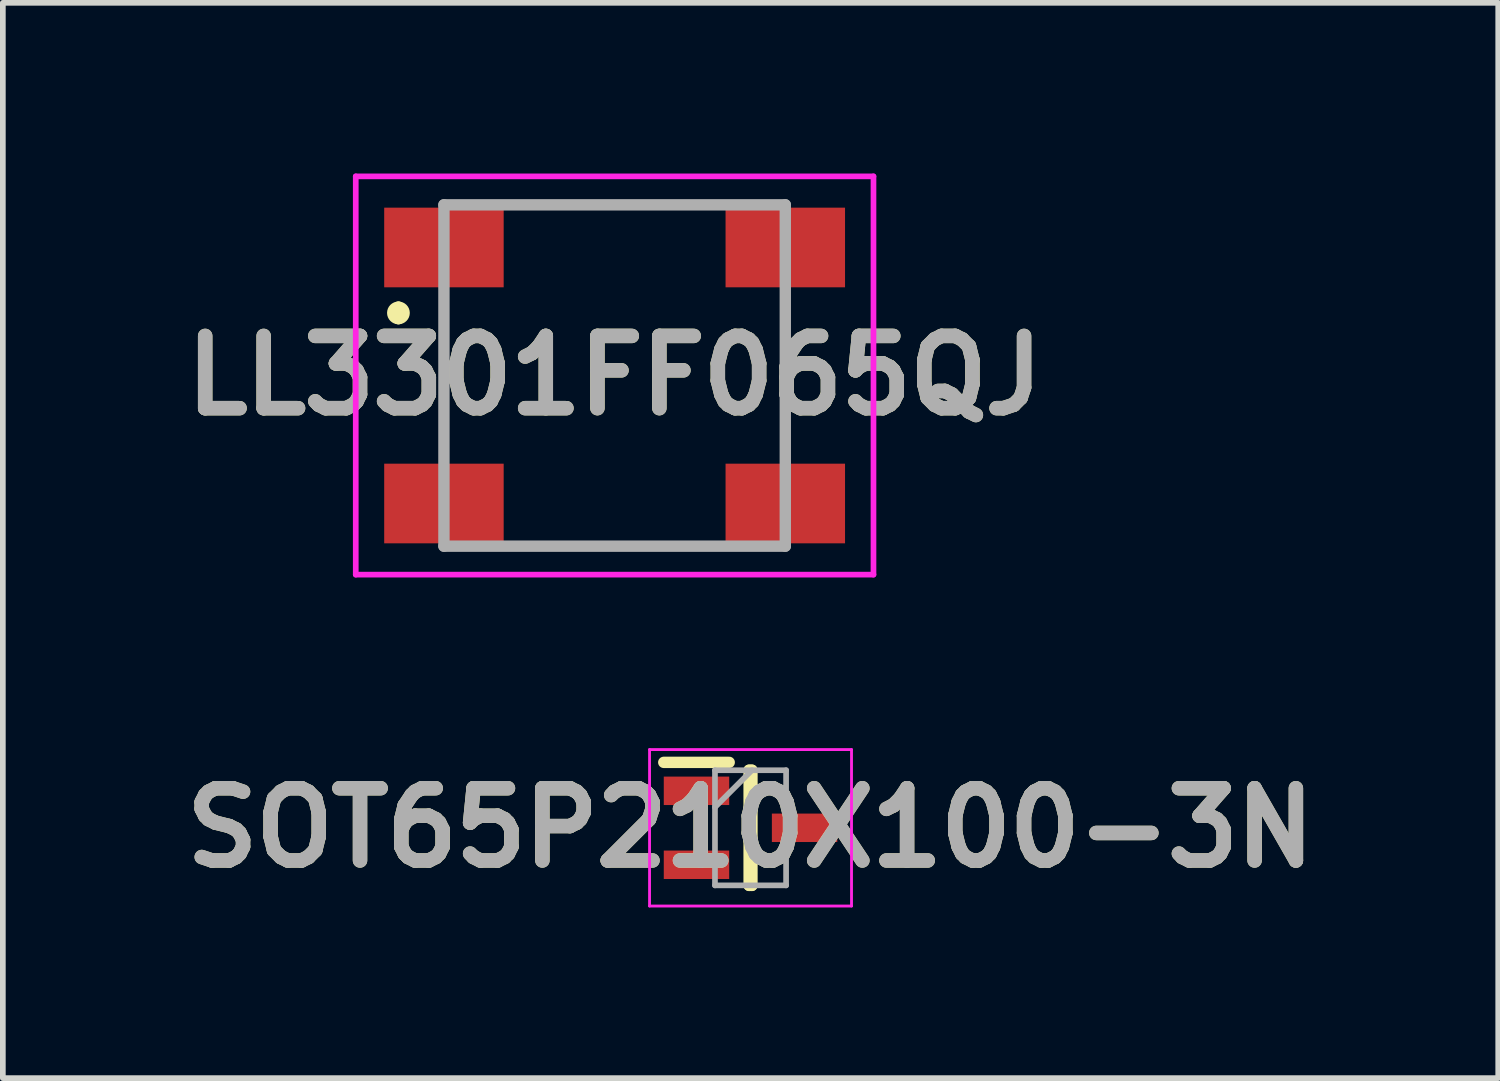
<source format=kicad_pcb>
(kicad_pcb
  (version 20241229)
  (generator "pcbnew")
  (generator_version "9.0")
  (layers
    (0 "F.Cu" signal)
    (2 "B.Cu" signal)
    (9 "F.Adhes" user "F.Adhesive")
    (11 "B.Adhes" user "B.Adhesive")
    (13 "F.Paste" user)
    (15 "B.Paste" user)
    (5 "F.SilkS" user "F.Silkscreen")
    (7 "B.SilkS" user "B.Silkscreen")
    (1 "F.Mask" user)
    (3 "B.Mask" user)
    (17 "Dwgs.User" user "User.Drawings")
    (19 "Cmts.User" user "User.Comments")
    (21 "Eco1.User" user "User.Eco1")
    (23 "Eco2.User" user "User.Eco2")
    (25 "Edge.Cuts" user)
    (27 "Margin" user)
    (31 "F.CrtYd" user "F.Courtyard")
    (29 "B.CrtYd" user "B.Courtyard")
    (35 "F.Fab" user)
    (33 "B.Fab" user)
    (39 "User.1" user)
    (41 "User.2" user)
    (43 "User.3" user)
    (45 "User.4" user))
  (footprint "SOT65P210X100-3N"
    (layer "F.Cu")
    (at 10.142 11.5)
    (property "Reference" "SOT65P210X100-3N" (at 0 0 0) (layer "F.SilkS") (effects (font (size 1.27 1.27) (thickness 0.254))))
    (attr smd)
    (fp_line (start -1.525 -1.15) (end -0.375 -1.15) (stroke (width 0.2) (type solid)) (layer "F.SilkS"))
    (fp_line (start -0.025 -1.012) (end 0.025 -1.012) (stroke (width 0.2) (type solid)) (layer "F.SilkS"))
    (fp_line (start -0.025 1.012) (end -0.025 -1.012) (stroke (width 0.2) (type solid)) (layer "F.SilkS"))
    (fp_line (start 0.025 -1.012) (end 0.025 1.012) (stroke (width 0.2) (type solid)) (layer "F.SilkS"))
    (fp_line (start 0.025 1.012) (end -0.025 1.012) (stroke (width 0.2) (type solid)) (layer "F.SilkS"))
    (fp_line (start -1.775 -1.375) (end 1.775 -1.375) (stroke (width 0.05) (type solid)) (layer "F.CrtYd"))
    (fp_line (start -1.775 1.375) (end -1.775 -1.375) (stroke (width 0.05) (type solid)) (layer "F.CrtYd"))
    (fp_line (start 1.775 -1.375) (end 1.775 1.375) (stroke (width 0.05) (type solid)) (layer "F.CrtYd"))
    (fp_line (start 1.775 1.375) (end -1.775 1.375) (stroke (width 0.05) (type solid)) (layer "F.CrtYd"))
    (fp_line (start -0.625 -1.012) (end 0.625 -1.012) (stroke (width 0.1) (type solid)) (layer "F.Fab"))
    (fp_line (start -0.625 -0.362) (end 0.025 -1.012) (stroke (width 0.1) (type solid)) (layer "F.Fab"))
    (fp_line (start -0.625 1.012) (end -0.625 -1.012) (stroke (width 0.1) (type solid)) (layer "F.Fab"))
    (fp_line (start 0.625 -1.012) (end 0.625 1.012) (stroke (width 0.1) (type solid)) (layer "F.Fab"))
    (fp_line (start 0.625 1.012) (end -0.625 1.012) (stroke (width 0.1) (type solid)) (layer "F.Fab"))
    (fp_text user "${REFERENCE}" (at 0 0 0) (layer "F.Fab") (effects (font (size 1.27 1.27) (thickness 0.254))))
    (pad "1" smd rect (at -0.95 -0.65 90) (size 0.5 1.15) (layers "F.Cu" "F.Mask" "F.Paste"))
    (pad "2" smd rect (at -0.95 0.65 90) (size 0.5 1.15) (layers "F.Cu" "F.Mask" "F.Paste"))
    (pad "3" smd rect (at 0.95 0 90) (size 0.5 1.15) (layers "F.Cu" "F.Mask" "F.Paste")))
  (footprint "LL3301FF065QJ"
    (layer "F.Cu")
    (at 7.753 3.55)
    (property "Reference" "LL3301FF065QJ" (at 0 0 0) (layer "F.SilkS") (effects (font (size 1.27 1.27) (thickness 0.254))))
    (attr smd)
    (fp_line (start -3.8 -1.2) (end -3.8 -1.2) (stroke (width 0.2) (type solid)) (layer "F.SilkS"))
    (fp_line (start -3.8 -1) (end -3.8 -1) (stroke (width 0.2) (type solid)) (layer "F.SilkS"))
    (fp_line (start -3 -1) (end -3 1) (stroke (width 0.1) (type solid)) (layer "F.SilkS"))
    (fp_line (start -1 -3) (end 1 -3) (stroke (width 0.1) (type solid)) (layer "F.SilkS"))
    (fp_line (start -1 3) (end 1 3) (stroke (width 0.1) (type solid)) (layer "F.SilkS"))
    (fp_line (start 3 -1) (end 3 1) (stroke (width 0.1) (type solid)) (layer "F.SilkS"))
    (fp_arc (start -3.8 -1.2) (mid -3.7 -1.1) (end -3.8 -1) (stroke (width 0.2) (type solid)) (layer "F.SilkS"))
    (fp_arc (start -3.8 -1) (mid -3.9 -1.1) (end -3.8 -1.2) (stroke (width 0.2) (type solid)) (layer "F.SilkS"))
    (fp_line (start -4.55 -3.5) (end 4.55 -3.5) (stroke (width 0.1) (type solid)) (layer "F.CrtYd"))
    (fp_line (start -4.55 3.5) (end -4.55 -3.5) (stroke (width 0.1) (type solid)) (layer "F.CrtYd"))
    (fp_line (start 4.55 -3.5) (end 4.55 3.5) (stroke (width 0.1) (type solid)) (layer "F.CrtYd"))
    (fp_line (start 4.55 3.5) (end -4.55 3.5) (stroke (width 0.1) (type solid)) (layer "F.CrtYd"))
    (fp_line (start -3 -3) (end 3 -3) (stroke (width 0.2) (type solid)) (layer "F.Fab"))
    (fp_line (start -3 3) (end -3 -3) (stroke (width 0.2) (type solid)) (layer "F.Fab"))
    (fp_line (start 3 -3) (end 3 3) (stroke (width 0.2) (type solid)) (layer "F.Fab"))
    (fp_line (start 3 3) (end -3 3) (stroke (width 0.2) (type solid)) (layer "F.Fab"))
    (fp_text user "${REFERENCE}" (at 0 0 0) (layer "F.Fab") (effects (font (size 1.27 1.27) (thickness 0.254))))
    (pad "1" smd rect (at -3 -2.25 90) (size 1.4 2.1) (layers "F.Cu" "F.Mask" "F.Paste"))
    (pad "2" smd rect (at 3 -2.25 90) (size 1.4 2.1) (layers "F.Cu" "F.Mask" "F.Paste"))
    (pad "3" smd rect (at -3 2.25 90) (size 1.4 2.1) (layers "F.Cu" "F.Mask" "F.Paste"))
    (pad "4" smd rect (at 3 2.25 90) (size 1.4 2.1) (layers "F.Cu" "F.Mask" "F.Paste")))
  (gr_rect
    (start -3 -3)
    (end 23.284 15.9)
    (stroke (width 0.1) (type default))
    (fill no)
    (layer "Edge.Cuts")))
</source>
